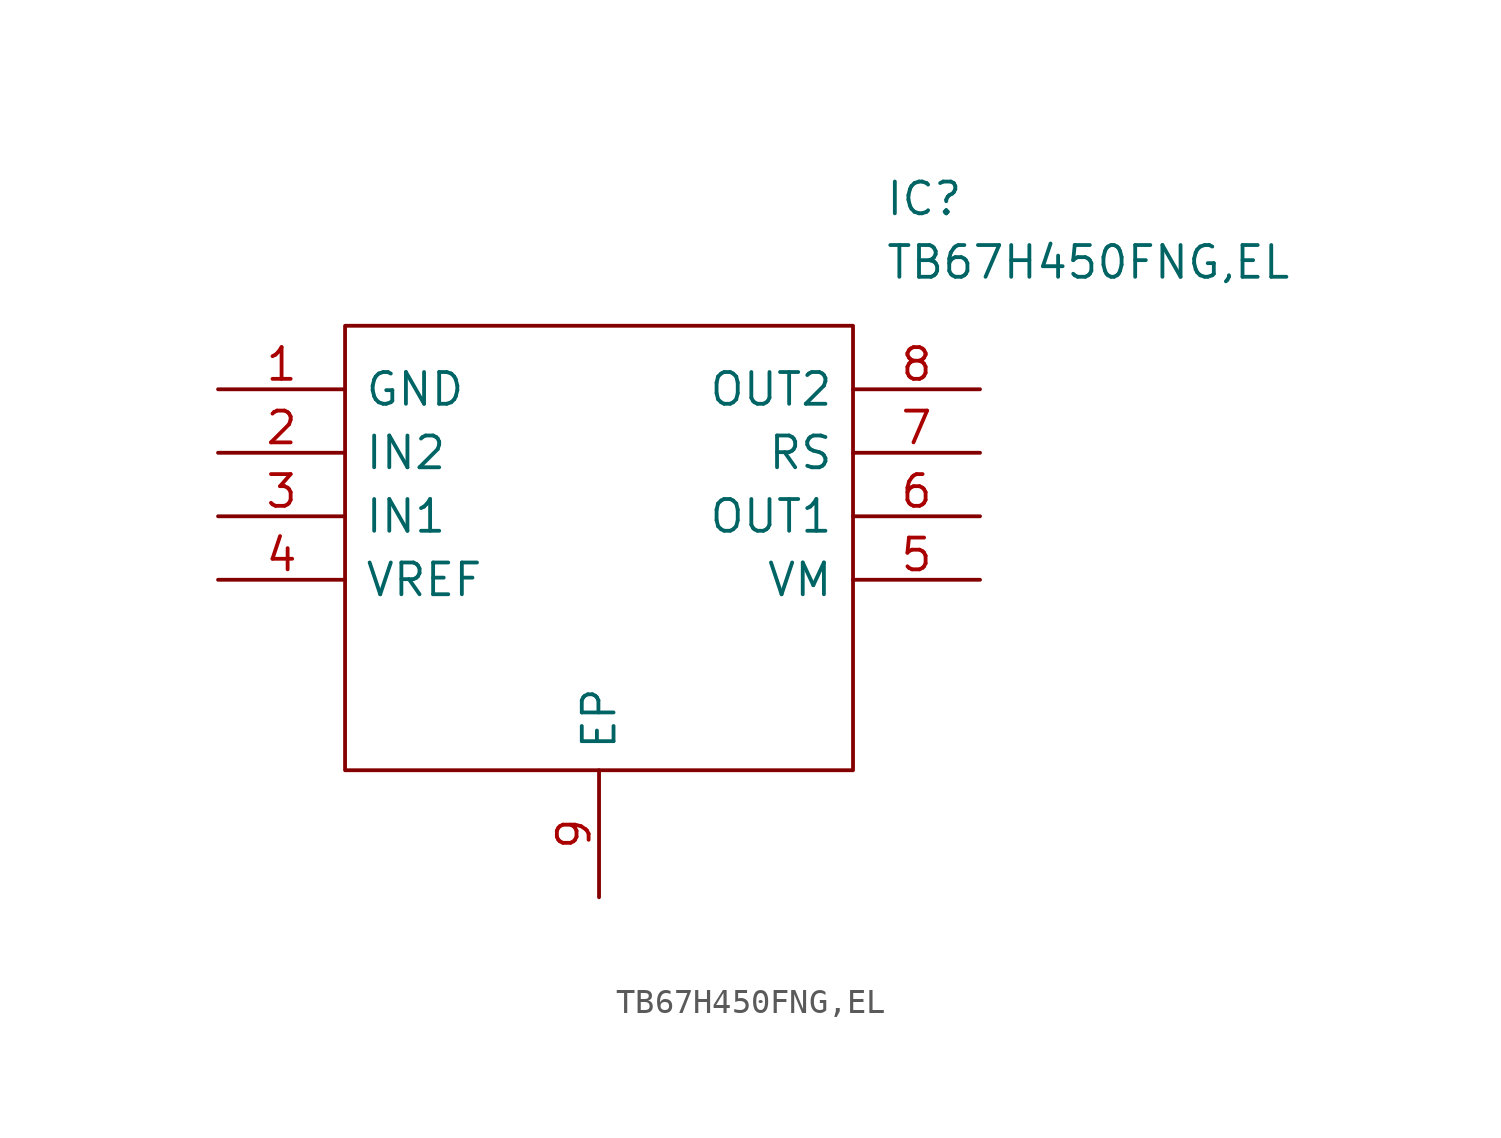
<source format=kicad_sym>
(kicad_symbol_lib
  (version 20211014)
  (generator kicad_symbol_editor)
  (symbol "TB67H450FNG,EL"
    (pin_names
      (offset 0.762))
    (property "Reference" "IC"
      (at 26.67 7.62 0)
      (effects (font (size 1.27 1.27)) (justify left)))
    (property "Value" "TB67H450FNG,EL"
      (at 26.67 5.08 0)
      (effects (font (size 1.27 1.27)) (justify left)))
    (symbol "TB67H450FNG,EL_0_0"
      (pin passive line (at 0 0 0) (length 5.08) (name "GND" (effects (font (size 1.27 1.27)))) (number "1" (effects (font (size 1.27 1.27)))))
      (pin passive line (at 0 -2.54 0) (length 5.08) (name "IN2" (effects (font (size 1.27 1.27)))) (number "2" (effects (font (size 1.27 1.27)))))
      (pin passive line (at 0 -5.08 0) (length 5.08) (name "IN1" (effects (font (size 1.27 1.27)))) (number "3" (effects (font (size 1.27 1.27)))))
      (pin passive line (at 0 -7.62 0) (length 5.08) (name "VREF" (effects (font (size 1.27 1.27)))) (number "4" (effects (font (size 1.27 1.27)))))
      (pin passive line (at 30.48 -7.62 180) (length 5.08) (name "VM" (effects (font (size 1.27 1.27)))) (number "5" (effects (font (size 1.27 1.27)))))
      (pin passive line (at 30.48 -5.08 180) (length 5.08) (name "OUT1" (effects (font (size 1.27 1.27)))) (number "6" (effects (font (size 1.27 1.27)))))
      (pin passive line (at 30.48 -2.54 180) (length 5.08) (name "RS" (effects (font (size 1.27 1.27)))) (number "7" (effects (font (size 1.27 1.27)))))
      (pin passive line (at 30.48 0 180) (length 5.08) (name "OUT2" (effects (font (size 1.27 1.27)))) (number "8" (effects (font (size 1.27 1.27)))))
      (pin passive line (at 15.24 -20.32 90) (length 5.08) (name "EP" (effects (font (size 1.27 1.27)))) (number "9" (effects (font (size 1.27 1.27))))))
    (symbol "TB67H450FNG,EL_0_1"
      (polyline (pts (xy 5.08 2.54) (xy 25.4 2.54) (xy 25.4 -15.24) (xy 5.08 -15.24) (xy 5.08 2.54)) (stroke (width 0.152) (type default) (color 0 0 0 0)) (fill (type none))))))
</source>
